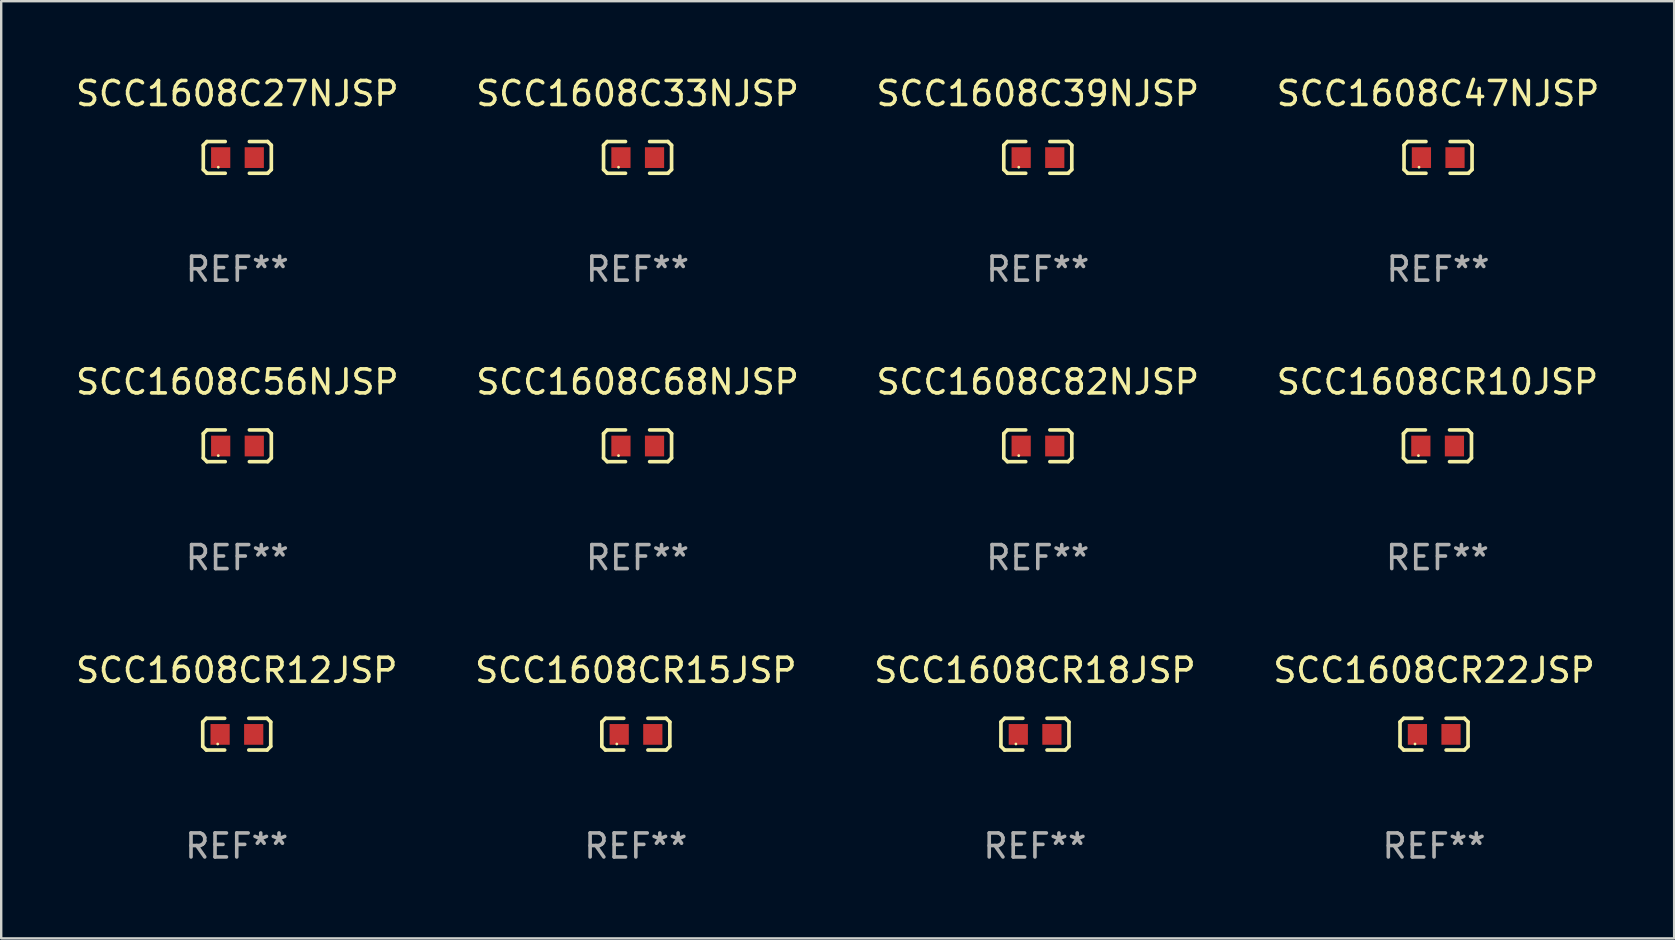
<source format=kicad_pcb>
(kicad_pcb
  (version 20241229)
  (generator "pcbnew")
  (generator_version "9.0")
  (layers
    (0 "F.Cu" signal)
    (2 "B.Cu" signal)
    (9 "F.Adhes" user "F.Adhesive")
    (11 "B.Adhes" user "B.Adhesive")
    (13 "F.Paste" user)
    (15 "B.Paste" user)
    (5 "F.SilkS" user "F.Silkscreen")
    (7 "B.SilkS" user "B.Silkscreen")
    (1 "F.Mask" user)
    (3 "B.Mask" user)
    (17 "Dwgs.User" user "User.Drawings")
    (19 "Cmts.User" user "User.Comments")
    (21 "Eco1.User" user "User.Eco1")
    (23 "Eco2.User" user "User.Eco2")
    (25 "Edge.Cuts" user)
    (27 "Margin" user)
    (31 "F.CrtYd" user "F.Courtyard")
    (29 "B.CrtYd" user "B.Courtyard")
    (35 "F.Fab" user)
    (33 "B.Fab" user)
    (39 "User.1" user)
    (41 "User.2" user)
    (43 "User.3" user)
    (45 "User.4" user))
  (footprint "SCC1608C33NJSP"
    (layer "F.Cu")
    (at 23.518 3.509)
    (property "Reference" "SCC1608C33NJSP" (at 0 -2.661 0) (layer "F.SilkS") (effects (font (size 1 1) (thickness 0.15))))
    (attr through_hole)
    (fp_line (start -1.417 -0.508) (end -1.265 -0.661) (stroke (width 0.152) (type solid)) (layer "F.SilkS"))
    (fp_line (start -1.417 0.508) (end -1.417 -0.508) (stroke (width 0.152) (type solid)) (layer "F.SilkS"))
    (fp_line (start -1.265 -0.661) (end -0.503 -0.661) (stroke (width 0.152) (type solid)) (layer "F.SilkS"))
    (fp_line (start -1.265 0.661) (end -1.417 0.508) (stroke (width 0.152) (type solid)) (layer "F.SilkS"))
    (fp_line (start -1.265 0.661) (end -0.503 0.661) (stroke (width 0.152) (type solid)) (layer "F.SilkS"))
    (fp_line (start 1.265 -0.661) (end 0.503 -0.661) (stroke (width 0.152) (type solid)) (layer "F.SilkS"))
    (fp_line (start 1.265 -0.661) (end 1.417 -0.508) (stroke (width 0.152) (type solid)) (layer "F.SilkS"))
    (fp_line (start 1.265 0.661) (end 0.503 0.661) (stroke (width 0.152) (type solid)) (layer "F.SilkS"))
    (fp_line (start 1.417 -0.508) (end 1.417 0.508) (stroke (width 0.152) (type solid)) (layer "F.SilkS"))
    (fp_line (start 1.417 0.508) (end 1.265 0.661) (stroke (width 0.152) (type solid)) (layer "F.SilkS"))
    (fp_circle (center -0.793 0.409) (end -0.763 0.409) (stroke (width 0.06) (type solid)) (fill no) (layer "F.SilkS"))
    (fp_text user "REF**" (at 0 4.661 0) (layer "F.Fab") (effects (font (size 1 1) (thickness 0.15))))
    (pad "1" smd rect (at -0.693 0.009 180) (size 0.8 0.864) (layers "F.Cu" "F.Mask" "F.Paste"))
    (pad "2" smd rect (at 0.707 0.009 180) (size 0.8 0.864) (layers "F.Cu" "F.Mask" "F.Paste")))
  (footprint "SCC1608CR15JSP"
    (layer "F.Cu")
    (at 23.446 27.544)
    (property "Reference" "SCC1608CR15JSP" (at 0 -2.661 0) (layer "F.SilkS") (effects (font (size 1 1) (thickness 0.15))))
    (attr through_hole)
    (fp_line (start -1.417 -0.508) (end -1.265 -0.661) (stroke (width 0.152) (type solid)) (layer "F.SilkS"))
    (fp_line (start -1.417 0.508) (end -1.417 -0.508) (stroke (width 0.152) (type solid)) (layer "F.SilkS"))
    (fp_line (start -1.265 -0.661) (end -0.503 -0.661) (stroke (width 0.152) (type solid)) (layer "F.SilkS"))
    (fp_line (start -1.265 0.661) (end -1.417 0.508) (stroke (width 0.152) (type solid)) (layer "F.SilkS"))
    (fp_line (start -1.265 0.661) (end -0.503 0.661) (stroke (width 0.152) (type solid)) (layer "F.SilkS"))
    (fp_line (start 1.265 -0.661) (end 0.503 -0.661) (stroke (width 0.152) (type solid)) (layer "F.SilkS"))
    (fp_line (start 1.265 -0.661) (end 1.417 -0.508) (stroke (width 0.152) (type solid)) (layer "F.SilkS"))
    (fp_line (start 1.265 0.661) (end 0.503 0.661) (stroke (width 0.152) (type solid)) (layer "F.SilkS"))
    (fp_line (start 1.417 -0.508) (end 1.417 0.508) (stroke (width 0.152) (type solid)) (layer "F.SilkS"))
    (fp_line (start 1.417 0.508) (end 1.265 0.661) (stroke (width 0.152) (type solid)) (layer "F.SilkS"))
    (fp_circle (center -0.793 0.409) (end -0.763 0.409) (stroke (width 0.06) (type solid)) (fill no) (layer "F.SilkS"))
    (fp_text user "REF**" (at 0 4.661 0) (layer "F.Fab") (effects (font (size 1 1) (thickness 0.15))))
    (pad "1" smd rect (at -0.693 0.009 180) (size 0.8 0.864) (layers "F.Cu" "F.Mask" "F.Paste"))
    (pad "2" smd rect (at 0.707 0.009 180) (size 0.8 0.864) (layers "F.Cu" "F.Mask" "F.Paste")))
  (footprint "SCC1608C56NJSP"
    (layer "F.Cu")
    (at 6.839 15.527)
    (property "Reference" "SCC1608C56NJSP" (at 0 -2.661 0) (layer "F.SilkS") (effects (font (size 1 1) (thickness 0.15))))
    (attr through_hole)
    (fp_line (start -1.417 -0.508) (end -1.265 -0.661) (stroke (width 0.152) (type solid)) (layer "F.SilkS"))
    (fp_line (start -1.417 0.508) (end -1.417 -0.508) (stroke (width 0.152) (type solid)) (layer "F.SilkS"))
    (fp_line (start -1.265 -0.661) (end -0.503 -0.661) (stroke (width 0.152) (type solid)) (layer "F.SilkS"))
    (fp_line (start -1.265 0.661) (end -1.417 0.508) (stroke (width 0.152) (type solid)) (layer "F.SilkS"))
    (fp_line (start -1.265 0.661) (end -0.503 0.661) (stroke (width 0.152) (type solid)) (layer "F.SilkS"))
    (fp_line (start 1.265 -0.661) (end 0.503 -0.661) (stroke (width 0.152) (type solid)) (layer "F.SilkS"))
    (fp_line (start 1.265 -0.661) (end 1.417 -0.508) (stroke (width 0.152) (type solid)) (layer "F.SilkS"))
    (fp_line (start 1.265 0.661) (end 0.503 0.661) (stroke (width 0.152) (type solid)) (layer "F.SilkS"))
    (fp_line (start 1.417 -0.508) (end 1.417 0.508) (stroke (width 0.152) (type solid)) (layer "F.SilkS"))
    (fp_line (start 1.417 0.508) (end 1.265 0.661) (stroke (width 0.152) (type solid)) (layer "F.SilkS"))
    (fp_circle (center -0.793 0.409) (end -0.763 0.409) (stroke (width 0.06) (type solid)) (fill no) (layer "F.SilkS"))
    (fp_text user "REF**" (at 0 4.661 0) (layer "F.Fab") (effects (font (size 1 1) (thickness 0.15))))
    (pad "1" smd rect (at -0.693 0.009 180) (size 0.8 0.864) (layers "F.Cu" "F.Mask" "F.Paste"))
    (pad "2" smd rect (at 0.707 0.009 180) (size 0.8 0.864) (layers "F.Cu" "F.Mask" "F.Paste")))
  (footprint "SCC1608C47NJSP"
    (layer "F.Cu")
    (at 56.875 3.509)
    (property "Reference" "SCC1608C47NJSP" (at 0 -2.661 0) (layer "F.SilkS") (effects (font (size 1 1) (thickness 0.15))))
    (attr through_hole)
    (fp_line (start -1.417 -0.508) (end -1.265 -0.661) (stroke (width 0.152) (type solid)) (layer "F.SilkS"))
    (fp_line (start -1.417 0.508) (end -1.417 -0.508) (stroke (width 0.152) (type solid)) (layer "F.SilkS"))
    (fp_line (start -1.265 -0.661) (end -0.503 -0.661) (stroke (width 0.152) (type solid)) (layer "F.SilkS"))
    (fp_line (start -1.265 0.661) (end -1.417 0.508) (stroke (width 0.152) (type solid)) (layer "F.SilkS"))
    (fp_line (start -1.265 0.661) (end -0.503 0.661) (stroke (width 0.152) (type solid)) (layer "F.SilkS"))
    (fp_line (start 1.265 -0.661) (end 0.503 -0.661) (stroke (width 0.152) (type solid)) (layer "F.SilkS"))
    (fp_line (start 1.265 -0.661) (end 1.417 -0.508) (stroke (width 0.152) (type solid)) (layer "F.SilkS"))
    (fp_line (start 1.265 0.661) (end 0.503 0.661) (stroke (width 0.152) (type solid)) (layer "F.SilkS"))
    (fp_line (start 1.417 -0.508) (end 1.417 0.508) (stroke (width 0.152) (type solid)) (layer "F.SilkS"))
    (fp_line (start 1.417 0.508) (end 1.265 0.661) (stroke (width 0.152) (type solid)) (layer "F.SilkS"))
    (fp_circle (center -0.793 0.409) (end -0.763 0.409) (stroke (width 0.06) (type solid)) (fill no) (layer "F.SilkS"))
    (fp_text user "REF**" (at 0 4.661 0) (layer "F.Fab") (effects (font (size 1 1) (thickness 0.15))))
    (pad "1" smd rect (at -0.693 0.009 180) (size 0.8 0.864) (layers "F.Cu" "F.Mask" "F.Paste"))
    (pad "2" smd rect (at 0.707 0.009 180) (size 0.8 0.864) (layers "F.Cu" "F.Mask" "F.Paste")))
  (footprint "SCC1608C68NJSP"
    (layer "F.Cu")
    (at 23.518 15.527)
    (property "Reference" "SCC1608C68NJSP" (at 0 -2.661 0) (layer "F.SilkS") (effects (font (size 1 1) (thickness 0.15))))
    (attr through_hole)
    (fp_line (start -1.417 -0.508) (end -1.265 -0.661) (stroke (width 0.152) (type solid)) (layer "F.SilkS"))
    (fp_line (start -1.417 0.508) (end -1.417 -0.508) (stroke (width 0.152) (type solid)) (layer "F.SilkS"))
    (fp_line (start -1.265 -0.661) (end -0.503 -0.661) (stroke (width 0.152) (type solid)) (layer "F.SilkS"))
    (fp_line (start -1.265 0.661) (end -1.417 0.508) (stroke (width 0.152) (type solid)) (layer "F.SilkS"))
    (fp_line (start -1.265 0.661) (end -0.503 0.661) (stroke (width 0.152) (type solid)) (layer "F.SilkS"))
    (fp_line (start 1.265 -0.661) (end 0.503 -0.661) (stroke (width 0.152) (type solid)) (layer "F.SilkS"))
    (fp_line (start 1.265 -0.661) (end 1.417 -0.508) (stroke (width 0.152) (type solid)) (layer "F.SilkS"))
    (fp_line (start 1.265 0.661) (end 0.503 0.661) (stroke (width 0.152) (type solid)) (layer "F.SilkS"))
    (fp_line (start 1.417 -0.508) (end 1.417 0.508) (stroke (width 0.152) (type solid)) (layer "F.SilkS"))
    (fp_line (start 1.417 0.508) (end 1.265 0.661) (stroke (width 0.152) (type solid)) (layer "F.SilkS"))
    (fp_circle (center -0.793 0.409) (end -0.763 0.409) (stroke (width 0.06) (type solid)) (fill no) (layer "F.SilkS"))
    (fp_text user "REF**" (at 0 4.661 0) (layer "F.Fab") (effects (font (size 1 1) (thickness 0.15))))
    (pad "1" smd rect (at -0.693 0.009 180) (size 0.8 0.864) (layers "F.Cu" "F.Mask" "F.Paste"))
    (pad "2" smd rect (at 0.707 0.009 180) (size 0.8 0.864) (layers "F.Cu" "F.Mask" "F.Paste")))
  (footprint "SCC1608CR18JSP"
    (layer "F.Cu")
    (at 40.077 27.544)
    (property "Reference" "SCC1608CR18JSP" (at 0 -2.661 0) (layer "F.SilkS") (effects (font (size 1 1) (thickness 0.15))))
    (attr through_hole)
    (fp_line (start -1.417 -0.508) (end -1.265 -0.661) (stroke (width 0.152) (type solid)) (layer "F.SilkS"))
    (fp_line (start -1.417 0.508) (end -1.417 -0.508) (stroke (width 0.152) (type solid)) (layer "F.SilkS"))
    (fp_line (start -1.265 -0.661) (end -0.503 -0.661) (stroke (width 0.152) (type solid)) (layer "F.SilkS"))
    (fp_line (start -1.265 0.661) (end -1.417 0.508) (stroke (width 0.152) (type solid)) (layer "F.SilkS"))
    (fp_line (start -1.265 0.661) (end -0.503 0.661) (stroke (width 0.152) (type solid)) (layer "F.SilkS"))
    (fp_line (start 1.265 -0.661) (end 0.503 -0.661) (stroke (width 0.152) (type solid)) (layer "F.SilkS"))
    (fp_line (start 1.265 -0.661) (end 1.417 -0.508) (stroke (width 0.152) (type solid)) (layer "F.SilkS"))
    (fp_line (start 1.265 0.661) (end 0.503 0.661) (stroke (width 0.152) (type solid)) (layer "F.SilkS"))
    (fp_line (start 1.417 -0.508) (end 1.417 0.508) (stroke (width 0.152) (type solid)) (layer "F.SilkS"))
    (fp_line (start 1.417 0.508) (end 1.265 0.661) (stroke (width 0.152) (type solid)) (layer "F.SilkS"))
    (fp_circle (center -0.793 0.409) (end -0.763 0.409) (stroke (width 0.06) (type solid)) (fill no) (layer "F.SilkS"))
    (fp_text user "REF**" (at 0 4.661 0) (layer "F.Fab") (effects (font (size 1 1) (thickness 0.15))))
    (pad "1" smd rect (at -0.693 0.009 180) (size 0.8 0.864) (layers "F.Cu" "F.Mask" "F.Paste"))
    (pad "2" smd rect (at 0.707 0.009 180) (size 0.8 0.864) (layers "F.Cu" "F.Mask" "F.Paste")))
  (footprint "SCC1608CR10JSP"
    (layer "F.Cu")
    (at 56.851 15.527)
    (property "Reference" "SCC1608CR10JSP" (at 0 -2.661 0) (layer "F.SilkS") (effects (font (size 1 1) (thickness 0.15))))
    (attr through_hole)
    (fp_line (start -1.417 -0.508) (end -1.265 -0.661) (stroke (width 0.152) (type solid)) (layer "F.SilkS"))
    (fp_line (start -1.417 0.508) (end -1.417 -0.508) (stroke (width 0.152) (type solid)) (layer "F.SilkS"))
    (fp_line (start -1.265 -0.661) (end -0.503 -0.661) (stroke (width 0.152) (type solid)) (layer "F.SilkS"))
    (fp_line (start -1.265 0.661) (end -1.417 0.508) (stroke (width 0.152) (type solid)) (layer "F.SilkS"))
    (fp_line (start -1.265 0.661) (end -0.503 0.661) (stroke (width 0.152) (type solid)) (layer "F.SilkS"))
    (fp_line (start 1.265 -0.661) (end 0.503 -0.661) (stroke (width 0.152) (type solid)) (layer "F.SilkS"))
    (fp_line (start 1.265 -0.661) (end 1.417 -0.508) (stroke (width 0.152) (type solid)) (layer "F.SilkS"))
    (fp_line (start 1.265 0.661) (end 0.503 0.661) (stroke (width 0.152) (type solid)) (layer "F.SilkS"))
    (fp_line (start 1.417 -0.508) (end 1.417 0.508) (stroke (width 0.152) (type solid)) (layer "F.SilkS"))
    (fp_line (start 1.417 0.508) (end 1.265 0.661) (stroke (width 0.152) (type solid)) (layer "F.SilkS"))
    (fp_circle (center -0.793 0.409) (end -0.763 0.409) (stroke (width 0.06) (type solid)) (fill no) (layer "F.SilkS"))
    (fp_text user "REF**" (at 0 4.661 0) (layer "F.Fab") (effects (font (size 1 1) (thickness 0.15))))
    (pad "1" smd rect (at -0.693 0.009 180) (size 0.8 0.864) (layers "F.Cu" "F.Mask" "F.Paste"))
    (pad "2" smd rect (at 0.707 0.009 180) (size 0.8 0.864) (layers "F.Cu" "F.Mask" "F.Paste")))
  (footprint "SCC1608C27NJSP"
    (layer "F.Cu")
    (at 6.839 3.509)
    (property "Reference" "SCC1608C27NJSP" (at 0 -2.661 0) (layer "F.SilkS") (effects (font (size 1 1) (thickness 0.15))))
    (attr through_hole)
    (fp_line (start -1.417 -0.508) (end -1.265 -0.661) (stroke (width 0.152) (type solid)) (layer "F.SilkS"))
    (fp_line (start -1.417 0.508) (end -1.417 -0.508) (stroke (width 0.152) (type solid)) (layer "F.SilkS"))
    (fp_line (start -1.265 -0.661) (end -0.503 -0.661) (stroke (width 0.152) (type solid)) (layer "F.SilkS"))
    (fp_line (start -1.265 0.661) (end -1.417 0.508) (stroke (width 0.152) (type solid)) (layer "F.SilkS"))
    (fp_line (start -1.265 0.661) (end -0.503 0.661) (stroke (width 0.152) (type solid)) (layer "F.SilkS"))
    (fp_line (start 1.265 -0.661) (end 0.503 -0.661) (stroke (width 0.152) (type solid)) (layer "F.SilkS"))
    (fp_line (start 1.265 -0.661) (end 1.417 -0.508) (stroke (width 0.152) (type solid)) (layer "F.SilkS"))
    (fp_line (start 1.265 0.661) (end 0.503 0.661) (stroke (width 0.152) (type solid)) (layer "F.SilkS"))
    (fp_line (start 1.417 -0.508) (end 1.417 0.508) (stroke (width 0.152) (type solid)) (layer "F.SilkS"))
    (fp_line (start 1.417 0.508) (end 1.265 0.661) (stroke (width 0.152) (type solid)) (layer "F.SilkS"))
    (fp_circle (center -0.793 0.409) (end -0.763 0.409) (stroke (width 0.06) (type solid)) (fill no) (layer "F.SilkS"))
    (fp_text user "REF**" (at 0 4.661 0) (layer "F.Fab") (effects (font (size 1 1) (thickness 0.15))))
    (pad "1" smd rect (at -0.693 0.009 180) (size 0.8 0.864) (layers "F.Cu" "F.Mask" "F.Paste"))
    (pad "2" smd rect (at 0.707 0.009 180) (size 0.8 0.864) (layers "F.Cu" "F.Mask" "F.Paste")))
  (footprint "SCC1608C82NJSP"
    (layer "F.Cu")
    (at 40.196 15.527)
    (property "Reference" "SCC1608C82NJSP" (at 0 -2.661 0) (layer "F.SilkS") (effects (font (size 1 1) (thickness 0.15))))
    (attr through_hole)
    (fp_line (start -1.417 -0.508) (end -1.265 -0.661) (stroke (width 0.152) (type solid)) (layer "F.SilkS"))
    (fp_line (start -1.417 0.508) (end -1.417 -0.508) (stroke (width 0.152) (type solid)) (layer "F.SilkS"))
    (fp_line (start -1.265 -0.661) (end -0.503 -0.661) (stroke (width 0.152) (type solid)) (layer "F.SilkS"))
    (fp_line (start -1.265 0.661) (end -1.417 0.508) (stroke (width 0.152) (type solid)) (layer "F.SilkS"))
    (fp_line (start -1.265 0.661) (end -0.503 0.661) (stroke (width 0.152) (type solid)) (layer "F.SilkS"))
    (fp_line (start 1.265 -0.661) (end 0.503 -0.661) (stroke (width 0.152) (type solid)) (layer "F.SilkS"))
    (fp_line (start 1.265 -0.661) (end 1.417 -0.508) (stroke (width 0.152) (type solid)) (layer "F.SilkS"))
    (fp_line (start 1.265 0.661) (end 0.503 0.661) (stroke (width 0.152) (type solid)) (layer "F.SilkS"))
    (fp_line (start 1.417 -0.508) (end 1.417 0.508) (stroke (width 0.152) (type solid)) (layer "F.SilkS"))
    (fp_line (start 1.417 0.508) (end 1.265 0.661) (stroke (width 0.152) (type solid)) (layer "F.SilkS"))
    (fp_circle (center -0.793 0.409) (end -0.763 0.409) (stroke (width 0.06) (type solid)) (fill no) (layer "F.SilkS"))
    (fp_text user "REF**" (at 0 4.661 0) (layer "F.Fab") (effects (font (size 1 1) (thickness 0.15))))
    (pad "1" smd rect (at -0.693 0.009 180) (size 0.8 0.864) (layers "F.Cu" "F.Mask" "F.Paste"))
    (pad "2" smd rect (at 0.707 0.009 180) (size 0.8 0.864) (layers "F.Cu" "F.Mask" "F.Paste")))
  (footprint "SCC1608CR22JSP"
    (layer "F.Cu")
    (at 56.708 27.544)
    (property "Reference" "SCC1608CR22JSP" (at 0 -2.661 0) (layer "F.SilkS") (effects (font (size 1 1) (thickness 0.15))))
    (attr through_hole)
    (fp_line (start -1.417 -0.508) (end -1.265 -0.661) (stroke (width 0.152) (type solid)) (layer "F.SilkS"))
    (fp_line (start -1.417 0.508) (end -1.417 -0.508) (stroke (width 0.152) (type solid)) (layer "F.SilkS"))
    (fp_line (start -1.265 -0.661) (end -0.503 -0.661) (stroke (width 0.152) (type solid)) (layer "F.SilkS"))
    (fp_line (start -1.265 0.661) (end -1.417 0.508) (stroke (width 0.152) (type solid)) (layer "F.SilkS"))
    (fp_line (start -1.265 0.661) (end -0.503 0.661) (stroke (width 0.152) (type solid)) (layer "F.SilkS"))
    (fp_line (start 1.265 -0.661) (end 0.503 -0.661) (stroke (width 0.152) (type solid)) (layer "F.SilkS"))
    (fp_line (start 1.265 -0.661) (end 1.417 -0.508) (stroke (width 0.152) (type solid)) (layer "F.SilkS"))
    (fp_line (start 1.265 0.661) (end 0.503 0.661) (stroke (width 0.152) (type solid)) (layer "F.SilkS"))
    (fp_line (start 1.417 -0.508) (end 1.417 0.508) (stroke (width 0.152) (type solid)) (layer "F.SilkS"))
    (fp_line (start 1.417 0.508) (end 1.265 0.661) (stroke (width 0.152) (type solid)) (layer "F.SilkS"))
    (fp_circle (center -0.793 0.409) (end -0.763 0.409) (stroke (width 0.06) (type solid)) (fill no) (layer "F.SilkS"))
    (fp_text user "REF**" (at 0 4.661 0) (layer "F.Fab") (effects (font (size 1 1) (thickness 0.15))))
    (pad "1" smd rect (at -0.693 0.009 180) (size 0.8 0.864) (layers "F.Cu" "F.Mask" "F.Paste"))
    (pad "2" smd rect (at 0.707 0.009 180) (size 0.8 0.864) (layers "F.Cu" "F.Mask" "F.Paste")))
  (footprint "SCC1608CR12JSP"
    (layer "F.Cu")
    (at 6.815 27.544)
    (property "Reference" "SCC1608CR12JSP" (at 0 -2.661 0) (layer "F.SilkS") (effects (font (size 1 1) (thickness 0.15))))
    (attr through_hole)
    (fp_line (start -1.417 -0.508) (end -1.265 -0.661) (stroke (width 0.152) (type solid)) (layer "F.SilkS"))
    (fp_line (start -1.417 0.508) (end -1.417 -0.508) (stroke (width 0.152) (type solid)) (layer "F.SilkS"))
    (fp_line (start -1.265 -0.661) (end -0.503 -0.661) (stroke (width 0.152) (type solid)) (layer "F.SilkS"))
    (fp_line (start -1.265 0.661) (end -1.417 0.508) (stroke (width 0.152) (type solid)) (layer "F.SilkS"))
    (fp_line (start -1.265 0.661) (end -0.503 0.661) (stroke (width 0.152) (type solid)) (layer "F.SilkS"))
    (fp_line (start 1.265 -0.661) (end 0.503 -0.661) (stroke (width 0.152) (type solid)) (layer "F.SilkS"))
    (fp_line (start 1.265 -0.661) (end 1.417 -0.508) (stroke (width 0.152) (type solid)) (layer "F.SilkS"))
    (fp_line (start 1.265 0.661) (end 0.503 0.661) (stroke (width 0.152) (type solid)) (layer "F.SilkS"))
    (fp_line (start 1.417 -0.508) (end 1.417 0.508) (stroke (width 0.152) (type solid)) (layer "F.SilkS"))
    (fp_line (start 1.417 0.508) (end 1.265 0.661) (stroke (width 0.152) (type solid)) (layer "F.SilkS"))
    (fp_circle (center -0.793 0.409) (end -0.763 0.409) (stroke (width 0.06) (type solid)) (fill no) (layer "F.SilkS"))
    (fp_text user "REF**" (at 0 4.661 0) (layer "F.Fab") (effects (font (size 1 1) (thickness 0.15))))
    (pad "1" smd rect (at -0.693 0.009 180) (size 0.8 0.864) (layers "F.Cu" "F.Mask" "F.Paste"))
    (pad "2" smd rect (at 0.707 0.009 180) (size 0.8 0.864) (layers "F.Cu" "F.Mask" "F.Paste")))
  (footprint "SCC1608C39NJSP"
    (layer "F.Cu")
    (at 40.196 3.509)
    (property "Reference" "SCC1608C39NJSP" (at 0 -2.661 0) (layer "F.SilkS") (effects (font (size 1 1) (thickness 0.15))))
    (attr through_hole)
    (fp_line (start -1.417 -0.508) (end -1.265 -0.661) (stroke (width 0.152) (type solid)) (layer "F.SilkS"))
    (fp_line (start -1.417 0.508) (end -1.417 -0.508) (stroke (width 0.152) (type solid)) (layer "F.SilkS"))
    (fp_line (start -1.265 -0.661) (end -0.503 -0.661) (stroke (width 0.152) (type solid)) (layer "F.SilkS"))
    (fp_line (start -1.265 0.661) (end -1.417 0.508) (stroke (width 0.152) (type solid)) (layer "F.SilkS"))
    (fp_line (start -1.265 0.661) (end -0.503 0.661) (stroke (width 0.152) (type solid)) (layer "F.SilkS"))
    (fp_line (start 1.265 -0.661) (end 0.503 -0.661) (stroke (width 0.152) (type solid)) (layer "F.SilkS"))
    (fp_line (start 1.265 -0.661) (end 1.417 -0.508) (stroke (width 0.152) (type solid)) (layer "F.SilkS"))
    (fp_line (start 1.265 0.661) (end 0.503 0.661) (stroke (width 0.152) (type solid)) (layer "F.SilkS"))
    (fp_line (start 1.417 -0.508) (end 1.417 0.508) (stroke (width 0.152) (type solid)) (layer "F.SilkS"))
    (fp_line (start 1.417 0.508) (end 1.265 0.661) (stroke (width 0.152) (type solid)) (layer "F.SilkS"))
    (fp_circle (center -0.793 0.409) (end -0.763 0.409) (stroke (width 0.06) (type solid)) (fill no) (layer "F.SilkS"))
    (fp_text user "REF**" (at 0 4.661 0) (layer "F.Fab") (effects (font (size 1 1) (thickness 0.15))))
    (pad "1" smd rect (at -0.693 0.009 180) (size 0.8 0.864) (layers "F.Cu" "F.Mask" "F.Paste"))
    (pad "2" smd rect (at 0.707 0.009 180) (size 0.8 0.864) (layers "F.Cu" "F.Mask" "F.Paste")))
  (gr_rect
    (start -3 -3)
    (end 66.714 36.053)
    (stroke (width 0.1) (type default))
    (fill no)
    (layer "Edge.Cuts")))
</source>
